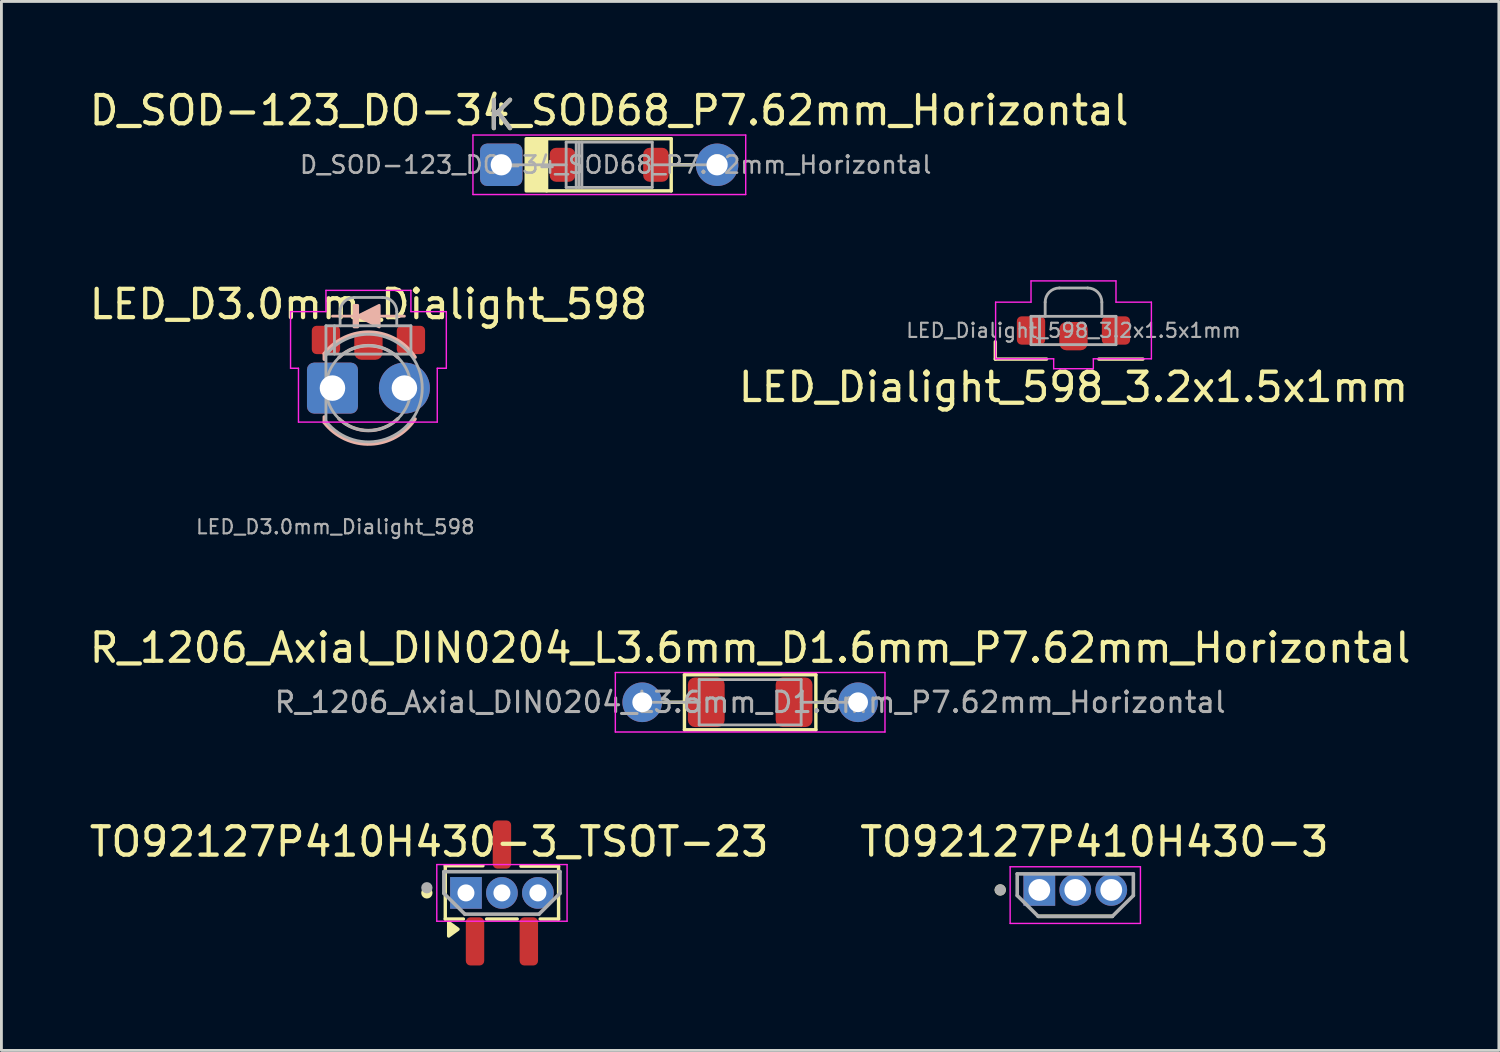
<source format=kicad_pcb>
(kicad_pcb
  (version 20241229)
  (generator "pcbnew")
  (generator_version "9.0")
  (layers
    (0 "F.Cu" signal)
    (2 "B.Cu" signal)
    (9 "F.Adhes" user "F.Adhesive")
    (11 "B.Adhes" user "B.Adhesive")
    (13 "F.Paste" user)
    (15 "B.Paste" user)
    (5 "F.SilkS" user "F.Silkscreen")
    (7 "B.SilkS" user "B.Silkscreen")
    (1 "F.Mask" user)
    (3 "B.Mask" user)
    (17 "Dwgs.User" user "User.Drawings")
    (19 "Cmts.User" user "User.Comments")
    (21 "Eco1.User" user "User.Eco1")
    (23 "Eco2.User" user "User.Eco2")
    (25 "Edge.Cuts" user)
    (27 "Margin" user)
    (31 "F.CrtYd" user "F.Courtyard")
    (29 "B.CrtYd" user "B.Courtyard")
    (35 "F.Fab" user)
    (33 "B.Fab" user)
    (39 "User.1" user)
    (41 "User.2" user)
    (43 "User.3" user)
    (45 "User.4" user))
  (footprint "LED_Dialight_598_3.2x1.5x1mm"
    (layer "F.Cu")
    (at 34.851 8.118)
    (property "Reference" "LED_Dialight_598_3.2x1.5x1mm" (at 0 2.5 0) (layer "F.SilkS") (effects (font (size 1 1) (thickness 0.15))))
    (attr smd)
    (fp_line (start -2.76 0.9) (end -2.76 1.51) (stroke (width 0.12) (type solid)) (layer "F.SilkS"))
    (fp_line (start -2.76 1.51) (end -0.95 1.51) (stroke (width 0.12) (type solid)) (layer "F.SilkS"))
    (fp_line (start 0.895 1.51) (end 2.45 1.51) (stroke (width 0.12) (type solid)) (layer "F.SilkS"))
    (fp_line (start -2.75 1.5) (end -2.75 -0.5) (stroke (width 0.05) (type default)) (layer "F.CrtYd"))
    (fp_line (start -1.5 -1.25) (end -1.5 -0.5) (stroke (width 0.05) (type default)) (layer "F.CrtYd"))
    (fp_line (start -1.5 -1.25) (end 1.5 -1.25) (stroke (width 0.05) (type default)) (layer "F.CrtYd"))
    (fp_line (start -1.5 -0.5) (end -2.75 -0.5) (stroke (width 0.05) (type default)) (layer "F.CrtYd"))
    (fp_line (start -0.7 1.5) (end -2.75 1.5) (stroke (width 0.05) (type default)) (layer "F.CrtYd"))
    (fp_line (start -0.7 1.85) (end -0.7 1.5) (stroke (width 0.05) (type default)) (layer "F.CrtYd"))
    (fp_line (start 0.7 1.5) (end 0.7 1.85) (stroke (width 0.05) (type default)) (layer "F.CrtYd"))
    (fp_line (start 0.7 1.85) (end -0.7 1.85) (stroke (width 0.05) (type default)) (layer "F.CrtYd"))
    (fp_line (start 1.5 -1.25) (end 1.5 -0.5) (stroke (width 0.05) (type default)) (layer "F.CrtYd"))
    (fp_line (start 1.5 -0.5) (end 2.75 -0.5) (stroke (width 0.05) (type default)) (layer "F.CrtYd"))
    (fp_line (start 2.75 -0.5) (end 2.75 1.5) (stroke (width 0.05) (type default)) (layer "F.CrtYd"))
    (fp_line (start 2.75 1.5) (end 0.7 1.5) (stroke (width 0.05) (type default)) (layer "F.CrtYd"))
    (fp_line (start -1.5 0) (end 1.5 0) (stroke (width 0.1) (type solid)) (layer "F.Fab"))
    (fp_line (start -1.5 1) (end -1.5 0) (stroke (width 0.1) (type solid)) (layer "F.Fab"))
    (fp_line (start -1.2 0) (end -1.2 1) (stroke (width 0.1) (type solid)) (layer "F.Fab"))
    (fp_line (start -1 0) (end -1 -0.5) (stroke (width 0.1) (type solid)) (layer "F.Fab"))
    (fp_line (start -0.5 -1) (end 0.5 -1) (stroke (width 0.1) (type solid)) (layer "F.Fab"))
    (fp_line (start 1 -0.5) (end 1 0) (stroke (width 0.1) (type solid)) (layer "F.Fab"))
    (fp_line (start 1.5 0) (end 1.5 1) (stroke (width 0.1) (type solid)) (layer "F.Fab"))
    (fp_line (start 1.5 1) (end -1.5 1) (stroke (width 0.1) (type solid)) (layer "F.Fab"))
    (fp_arc (start -1 -0.5) (mid -0.853553 -0.853553) (end -0.5 -1) (stroke (width 0.1) (type solid)) (layer "F.Fab"))
    (fp_arc (start 0.5 -1) (mid 0.853553 -0.853553) (end 1 -0.5) (stroke (width 0.1) (type solid)) (layer "F.Fab"))
    (fp_text user "${REFERENCE}" (at 0 0.5 0) (layer "F.Fab") (effects (font (size 0.5 0.5) (thickness 0.075))))
    (pad "1" smd roundrect (at -1.5 0.5) (size 1 1) (layers "F.Cu" "F.Mask" "F.Paste") (roundrect_rratio 0.167))
    (pad "2" smd roundrect (at 1.5 0.5) (size 1 1) (layers "F.Cu" "F.Mask" "F.Paste") (roundrect_rratio 0.167))
    (pad "3" smd roundrect (at 0 0.7) (size 1 1) (layers "F.Cu" "F.Mask" "F.Paste") (roundrect_rratio 0.25)))
  (footprint "TO92127P410H430-3_TSOT-23"
    (layer "F.Cu")
    (at 14.671 28.475)
    (property "Reference" "TO92127P410H430-3_TSOT-23" (at -2.57 -1.808 0) (layer "F.SilkS") (effects (font (size 1 1) (thickness 0.15))))
    (attr through_hole)
    (fp_line (start -2 -0.958) (end -2 0.922) (stroke (width 0.12) (type solid)) (layer "F.SilkS"))
    (fp_line (start -2 -0.958) (end -0.67 -0.958) (stroke (width 0.12) (type solid)) (layer "F.SilkS"))
    (fp_line (start -1.36 0.922) (end -2 0.922) (stroke (width 0.12) (type solid)) (layer "F.SilkS"))
    (fp_line (start 0.54 0.922) (end -0.54 0.922) (stroke (width 0.12) (type solid)) (layer "F.SilkS"))
    (fp_line (start 0.67 -0.943) (end 2 -0.943) (stroke (width 0.12) (type solid)) (layer "F.SilkS"))
    (fp_line (start 2 -0.943) (end 2 0.922) (stroke (width 0.12) (type solid)) (layer "F.SilkS"))
    (fp_line (start 2 0.922) (end 1.35 0.922) (stroke (width 0.12) (type solid)) (layer "F.SilkS"))
    (fp_circle (center -2.65 0) (end -2.55 0) (stroke (width 0.2) (type solid)) (fill no) (layer "F.SilkS"))
    (fp_poly (pts (xy -1.55 1.282) (xy -1.88 1.522) (xy -1.88 1.042) (xy -1.55 1.282)) (stroke (width 0.12) (type solid)) (fill yes) (layer "F.SilkS"))
    (fp_line (start -2.3 -1) (end -2.3 1) (stroke (width 0.05) (type solid)) (layer "F.CrtYd"))
    (fp_line (start -2.3 1) (end 2.3 1) (stroke (width 0.05) (type solid)) (layer "F.CrtYd"))
    (fp_line (start 2.3 -1) (end -2.3 -1) (stroke (width 0.05) (type solid)) (layer "F.CrtYd"))
    (fp_line (start 2.3 1) (end 2.3 -1) (stroke (width 0.05) (type solid)) (layer "F.CrtYd"))
    (fp_line (start -2.05 -0.75) (end 2.05 -0.75) (stroke (width 0.127) (type solid)) (layer "F.Fab"))
    (fp_line (start -2.05 0.015) (end -2.05 -0.75) (stroke (width 0.127) (type solid)) (layer "F.Fab"))
    (fp_line (start -2.05 0.015) (end -1.308 0.75) (stroke (width 0.127) (type solid)) (layer "F.Fab"))
    (fp_line (start 1.308 0.75) (end -1.308 0.75) (stroke (width 0.127) (type solid)) (layer "F.Fab"))
    (fp_line (start 2.05 0.015) (end 1.308 0.75) (stroke (width 0.127) (type solid)) (layer "F.Fab"))
    (fp_line (start 2.05 0.015) (end 2.05 -0.75) (stroke (width 0.127) (type solid)) (layer "F.Fab"))
    (fp_circle (center -2.65 -0.182) (end -2.55 -0.182) (stroke (width 0.2) (type solid)) (fill no) (layer "F.Fab"))
    (pad "1" thru_hole rect (at -1.27 0) (size 1.12 1.12) (drill 0.6) (layers "*.Cu" "*.Mask"))
    (pad "1" smd roundrect (at -0.95 1.712 90) (size 1.7 0.65) (layers "F.Cu" "F.Mask" "F.Paste") (roundrect_rratio 0.25))
    (pad "2" smd roundrect (at 0 -1.708 90) (size 1.7 0.65) (layers "F.Cu" "F.Mask" "F.Paste") (roundrect_rratio 0.25))
    (pad "2" thru_hole circle (at 0 0) (size 1.12 1.12) (drill 0.6) (layers "*.Cu" "*.Mask"))
    (pad "3" smd roundrect (at 0.95 1.712 90) (size 1.7 0.65) (layers "F.Cu" "F.Mask" "F.Paste") (roundrect_rratio 0.25))
    (pad "3" thru_hole circle (at 1.27 0) (size 1.12 1.12) (drill 0.6) (layers "*.Cu" "*.Mask")))
  (footprint "D_SOD-123_DO-34_SOD68_P7.62mm_Horizontal"
    (layer "F.Cu")
    (at 14.648 2.768)
    (property "Reference" "D_SOD-123_DO-34_SOD68_P7.62mm_Horizontal" (at 3.81 -1.92 0) (layer "F.SilkS") (effects (font (size 1 1) (thickness 0.15))))
    (attr through_hole)
    (fp_line (start 1.6 0.92) (end 6 0.92) (stroke (width 0.12) (type solid)) (layer "F.SilkS"))
    (fp_line (start 6 -0.92) (end 1.6 -0.92) (stroke (width 0.12) (type solid)) (layer "F.SilkS"))
    (fp_line (start 6 0.92) (end 6 -0.92) (stroke (width 0.12) (type solid)) (layer "F.SilkS"))
    (fp_line (start 6.8 0) (end 6 0) (stroke (width 0.12) (type solid)) (layer "F.SilkS"))
    (fp_rect (start 0.88 -0.92) (end 1.6 0.92) (stroke (width 0.12) (type solid)) (fill yes) (layer "F.SilkS"))
    (fp_line (start -1 -1.05) (end -1 1.05) (stroke (width 0.05) (type solid)) (layer "F.CrtYd"))
    (fp_line (start -1 1.05) (end 8.63 1.05) (stroke (width 0.05) (type solid)) (layer "F.CrtYd"))
    (fp_line (start 8.63 -1.05) (end -1 -1.05) (stroke (width 0.05) (type solid)) (layer "F.CrtYd"))
    (fp_line (start 8.63 1.05) (end 8.63 -1.05) (stroke (width 0.05) (type solid)) (layer "F.CrtYd"))
    (fp_line (start 0 0) (end 2.29 0) (stroke (width 0.1) (type solid)) (layer "F.Fab"))
    (fp_line (start 2.29 -0.8) (end 2.29 0.8) (stroke (width 0.1) (type solid)) (layer "F.Fab"))
    (fp_line (start 2.29 0.8) (end 5.33 0.8) (stroke (width 0.1) (type solid)) (layer "F.Fab"))
    (fp_line (start 2.646 -0.8) (end 2.646 0.8) (stroke (width 0.1) (type solid)) (layer "F.Fab"))
    (fp_line (start 2.746 -0.8) (end 2.746 0.8) (stroke (width 0.1) (type solid)) (layer "F.Fab"))
    (fp_line (start 2.846 -0.8) (end 2.846 0.8) (stroke (width 0.1) (type solid)) (layer "F.Fab"))
    (fp_line (start 5.33 -0.8) (end 2.29 -0.8) (stroke (width 0.1) (type solid)) (layer "F.Fab"))
    (fp_line (start 5.33 0.8) (end 5.33 -0.8) (stroke (width 0.1) (type solid)) (layer "F.Fab"))
    (fp_line (start 7.62 0) (end 5.33 0) (stroke (width 0.1) (type solid)) (layer "F.Fab"))
    (fp_text user "K" (at 0 -1.75 0) (layer "F.SilkS") (effects (font (size 1 1) (thickness 0.15))))
    (fp_text user "K" (at 0 -1.75 0) (layer "F.Fab") (effects (font (size 1 1) (thickness 0.15))))
    (fp_text user "${REFERENCE}" (at 4.038 0 0) (layer "F.Fab") (effects (font (size 0.608 0.608) (thickness 0.091))))
    (pad "1" thru_hole roundrect (at 0 0) (size 1.5 1.5) (drill 0.75) (layers "*.Cu" "*.Mask") (roundrect_rratio 0.167))
    (pad "1" smd roundrect (at 2.16 0) (size 0.9 1.2) (layers "F.Cu" "F.Mask" "F.Paste") (roundrect_rratio 0.25))
    (pad "2" smd roundrect (at 5.46 0) (size 0.9 1.2) (layers "F.Cu" "F.Mask" "F.Paste") (roundrect_rratio 0.25))
    (pad "2" thru_hole oval (at 7.62 0) (size 1.5 1.5) (drill 0.75) (layers "*.Cu" "*.Mask")))
  (footprint "R_1206_Axial_DIN0204_L3.6mm_D1.6mm_P7.62mm_Horizontal"
    (layer "F.Cu")
    (at 19.625 21.744)
    (property "Reference" "R_1206_Axial_DIN0204_L3.6mm_D1.6mm_P7.62mm_Horizontal" (at 3.81 -1.92 0) (layer "F.SilkS") (effects (font (size 1 1) (thickness 0.15))))
    (attr through_hole)
    (fp_line (start 0.77 0) (end 1.49 0) (stroke (width 0.12) (type solid)) (layer "F.SilkS"))
    (fp_line (start 1.49 -0.97) (end 1.49 0.97) (stroke (width 0.12) (type solid)) (layer "F.SilkS"))
    (fp_line (start 1.49 0.97) (end 6.13 0.97) (stroke (width 0.12) (type solid)) (layer "F.SilkS"))
    (fp_line (start 6.13 -0.97) (end 1.49 -0.97) (stroke (width 0.12) (type solid)) (layer "F.SilkS"))
    (fp_line (start 6.13 0.97) (end 6.13 -0.97) (stroke (width 0.12) (type solid)) (layer "F.SilkS"))
    (fp_line (start 6.85 0) (end 6.13 0) (stroke (width 0.12) (type solid)) (layer "F.SilkS"))
    (fp_line (start -0.95 -1.05) (end -0.95 1.05) (stroke (width 0.05) (type solid)) (layer "F.CrtYd"))
    (fp_line (start -0.95 1.05) (end 8.57 1.05) (stroke (width 0.05) (type solid)) (layer "F.CrtYd"))
    (fp_line (start 8.57 -1.05) (end -0.95 -1.05) (stroke (width 0.05) (type solid)) (layer "F.CrtYd"))
    (fp_line (start 8.57 1.05) (end 8.57 -1.05) (stroke (width 0.05) (type solid)) (layer "F.CrtYd"))
    (fp_line (start 0 0) (end 2.01 0) (stroke (width 0.1) (type solid)) (layer "F.Fab"))
    (fp_line (start 2.01 -0.8) (end 2.01 0.8) (stroke (width 0.1) (type solid)) (layer "F.Fab"))
    (fp_line (start 2.01 0.8) (end 5.61 0.8) (stroke (width 0.1) (type solid)) (layer "F.Fab"))
    (fp_line (start 5.61 -0.8) (end 2.01 -0.8) (stroke (width 0.1) (type solid)) (layer "F.Fab"))
    (fp_line (start 5.61 0.8) (end 5.61 -0.8) (stroke (width 0.1) (type solid)) (layer "F.Fab"))
    (fp_line (start 7.62 0) (end 5.61 0) (stroke (width 0.1) (type solid)) (layer "F.Fab"))
    (fp_text user "${REFERENCE}" (at 3.81 0 0) (layer "F.Fab") (effects (font (size 0.72 0.72) (thickness 0.108))))
    (pad "1" thru_hole circle (at 0 0) (size 1.4 1.4) (drill 0.7) (layers "*.Cu" "*.Mask"))
    (pad "1" smd roundrect (at 2.26 0) (size 1.3 1.75) (layers "F.Cu" "F.Mask" "F.Paste") (roundrect_rratio 0.192))
    (pad "2" smd roundrect (at 5.36 0) (size 1.3 1.75) (layers "F.Cu" "F.Mask" "F.Paste") (roundrect_rratio 0.192))
    (pad "2" thru_hole oval (at 7.62 0) (size 1.4 1.4) (drill 0.7) (layers "*.Cu" "*.Mask")))
  (footprint "LED_D3.0mm_Dialight_598"
    (layer "F.Cu")
    (at 8.688 10.652)
    (property "Reference" "LED_D3.0mm_Dialight_598" (at 1.27 -2.96 0) (layer "F.SilkS") (effects (font (size 1 1) (thickness 0.15))))
    (attr through_hole)
    (fp_line (start -0.29 1.016) (end -0.29 1.215) (stroke (width 0.12) (type solid)) (layer "B.SilkS"))
    (fp_line (start -0.29 -1.016) (end -0.29 -1.215) (stroke (width 0.12) (type solid)) (layer "B.SilkS"))
    (fp_line (start 0.762 -2.54) (end 0 -2.54) (stroke (width 0.1) (type default)) (layer "B.SilkS"))
    (fp_line (start 1.651 -2.54) (end 2.54 -2.54) (stroke (width 0.1) (type default)) (layer "B.SilkS"))
    (fp_rect (start 0.762 -2.921) (end 0.889 -2.159) (stroke (width 0.1) (type solid)) (fill yes) (layer "B.SilkS"))
    (fp_arc (start -0.289998 -1.214608) (mid 1.346079 -1.975621) (end 2.918786 -1.091041) (stroke (width 0.12) (type solid)) (layer "B.SilkS"))
    (fp_arc (start 0.228805 -1.08) (mid 1.269883 -1.5) (end 2.310896 -1.079837) (stroke (width 0.12) (type solid)) (layer "B.SilkS"))
    (fp_arc (start 2.310961 1.08) (mid 1.269883 1.5) (end 0.22887 1.079837) (stroke (width 0.12) (type solid)) (layer "B.SilkS"))
    (fp_arc (start 2.918787 1.09104) (mid 1.346079 1.975621) (end -0.289999 1.214607) (stroke (width 0.12) (type solid)) (layer "B.SilkS"))
    (fp_poly (pts (xy 0.889 -2.54) (xy 1.651 -2.159) (xy 1.651 -2.921)) (stroke (width 0.1) (type solid)) (fill yes) (layer "B.SilkS"))
    (fp_line (start -1.48 -0.7) (end -1.48 -2.7) (stroke (width 0.05) (type default)) (layer "F.CrtYd"))
    (fp_line (start -1.48 -0.7) (end -1.2 -0.7) (stroke (width 0.05) (type default)) (layer "F.CrtYd"))
    (fp_line (start -1.2 -0.7) (end -1.2 1.2) (stroke (width 0.05) (type solid)) (layer "F.CrtYd"))
    (fp_line (start -1.2 1.2) (end 3.7 1.2) (stroke (width 0.05) (type solid)) (layer "F.CrtYd"))
    (fp_line (start -0.23 -3.45) (end -0.23 -2.7) (stroke (width 0.05) (type default)) (layer "F.CrtYd"))
    (fp_line (start -0.23 -3.45) (end 2.77 -3.45) (stroke (width 0.05) (type default)) (layer "F.CrtYd"))
    (fp_line (start -0.23 -2.7) (end -1.48 -2.7) (stroke (width 0.05) (type default)) (layer "F.CrtYd"))
    (fp_line (start 2.77 -3.45) (end 2.77 -2.7) (stroke (width 0.05) (type default)) (layer "F.CrtYd"))
    (fp_line (start 2.77 -2.7) (end 4.02 -2.7) (stroke (width 0.05) (type default)) (layer "F.CrtYd"))
    (fp_line (start 3.7 1.2) (end 3.7 -0.7) (stroke (width 0.05) (type solid)) (layer "F.CrtYd"))
    (fp_line (start 4.02 -2.7) (end 4.02 -0.7) (stroke (width 0.05) (type default)) (layer "F.CrtYd"))
    (fp_line (start 4.02 -0.7) (end 3.7 -0.7) (stroke (width 0.05) (type default)) (layer "F.CrtYd"))
    (fp_line (start -0.23 -2.2) (end 2.77 -2.2) (stroke (width 0.1) (type solid)) (layer "F.Fab"))
    (fp_line (start -0.23 -1.2) (end -0.23 -2.2) (stroke (width 0.1) (type solid)) (layer "F.Fab"))
    (fp_line (start -0.23 -1.166) (end -0.23 1.166) (stroke (width 0.1) (type solid)) (layer "F.Fab"))
    (fp_line (start 0.07 -2.2) (end 0.07 -1.2) (stroke (width 0.1) (type solid)) (layer "F.Fab"))
    (fp_line (start 0.27 -2.2) (end 0.27 -2.7) (stroke (width 0.1) (type solid)) (layer "F.Fab"))
    (fp_line (start 0.77 -3.2) (end 1.77 -3.2) (stroke (width 0.1) (type solid)) (layer "F.Fab"))
    (fp_line (start 2.27 -2.7) (end 2.27 -2.2) (stroke (width 0.1) (type solid)) (layer "F.Fab"))
    (fp_line (start 2.77 -2.2) (end 2.77 -1.2) (stroke (width 0.1) (type solid)) (layer "F.Fab"))
    (fp_line (start 2.77 -1.2) (end -0.23 -1.2) (stroke (width 0.1) (type solid)) (layer "F.Fab"))
    (fp_arc (start -0.23 -1.16619) (mid 3.17 0.000452) (end -0.230555 1.165476) (stroke (width 0.1) (type solid)) (layer "F.Fab"))
    (fp_arc (start 0.27 -2.7) (mid 0.416447 -3.053553) (end 0.77 -3.2) (stroke (width 0.1) (type solid)) (layer "F.Fab"))
    (fp_arc (start 1.77 -3.2) (mid 2.123553 -3.053553) (end 2.27 -2.7) (stroke (width 0.1) (type solid)) (layer "F.Fab"))
    (fp_circle (center 1.27 0) (end 2.77 0) (stroke (width 0.1) (type solid)) (fill no) (layer "F.Fab"))
    (fp_text user "${REFERENCE}" (at 0.1 4.9 0) (layer "F.Fab") (effects (font (size 0.5 0.5) (thickness 0.075))))
    (pad "1" smd roundrect (at -0.23 -1.7) (size 1 1) (layers "F.Cu" "F.Mask" "F.Paste") (roundrect_rratio 0.167))
    (pad "1" thru_hole roundrect (at 0 0) (size 1.8 1.8) (drill 0.9) (layers "*.Cu" "*.Mask") (roundrect_rratio 0.139))
    (pad "2" thru_hole circle (at 2.54 0) (size 1.8 1.8) (drill 0.9) (layers "*.Cu" "*.Mask"))
    (pad "2" smd roundrect (at 2.77 -1.7) (size 1 1) (layers "F.Cu" "F.Mask" "F.Paste") (roundrect_rratio 0.167))
    (pad "3" smd roundrect (at 1.27 -1.5) (size 1 1) (layers "F.Cu" "F.Mask" "F.Paste") (roundrect_rratio 0.25)))
  (footprint "TO92127P410H430-3"
    (layer "F.Cu")
    (at 34.914 28.552)
    (property "Reference" "TO92127P410H430-3" (at 0.675 -1.885 0) (layer "F.SilkS") (effects (font (size 1 1) (thickness 0.15))))
    (attr through_hole)
    (fp_line (start 1.308 0.75) (end -1.308 0.75) (stroke (width 0.127) (type solid)) (layer "F.SilkS"))
    (fp_circle (center -2.65 -0.182) (end -2.55 -0.182) (stroke (width 0.2) (type solid)) (fill no) (layer "F.SilkS"))
    (fp_line (start -2.3 -1) (end -2.3 1) (stroke (width 0.05) (type solid)) (layer "F.CrtYd"))
    (fp_line (start -2.3 1) (end 2.3 1) (stroke (width 0.05) (type solid)) (layer "F.CrtYd"))
    (fp_line (start 2.3 -1) (end -2.3 -1) (stroke (width 0.05) (type solid)) (layer "F.CrtYd"))
    (fp_line (start 2.3 1) (end 2.3 -1) (stroke (width 0.05) (type solid)) (layer "F.CrtYd"))
    (fp_line (start -2.05 -0.75) (end 2.05 -0.75) (stroke (width 0.127) (type solid)) (layer "F.Fab"))
    (fp_line (start -2.05 0.015) (end -2.05 -0.75) (stroke (width 0.127) (type solid)) (layer "F.Fab"))
    (fp_line (start -2.05 0.015) (end -1.308 0.75) (stroke (width 0.127) (type solid)) (layer "F.Fab"))
    (fp_line (start 1.308 0.75) (end -1.308 0.75) (stroke (width 0.127) (type solid)) (layer "F.Fab"))
    (fp_line (start 2.05 0.015) (end 1.308 0.75) (stroke (width 0.127) (type solid)) (layer "F.Fab"))
    (fp_line (start 2.05 0.015) (end 2.05 -0.75) (stroke (width 0.127) (type solid)) (layer "F.Fab"))
    (fp_circle (center -2.65 -0.182) (end -2.55 -0.182) (stroke (width 0.2) (type solid)) (fill no) (layer "F.Fab"))
    (pad "1" thru_hole rect (at -1.27 -0.182) (size 1.12 1.12) (drill 0.77) (layers "*.Cu" "*.Mask"))
    (pad "2" thru_hole circle (at 0 -0.182) (size 1.12 1.12) (drill 0.77) (layers "*.Cu" "*.Mask"))
    (pad "3" thru_hole circle (at 1.27 -0.182) (size 1.12 1.12) (drill 0.77) (layers "*.Cu" "*.Mask")))
  (gr_rect
    (start -3 -3)
    (end 49.869 34.037)
    (stroke (width 0.1) (type default))
    (fill no)
    (layer "Edge.Cuts")))
</source>
